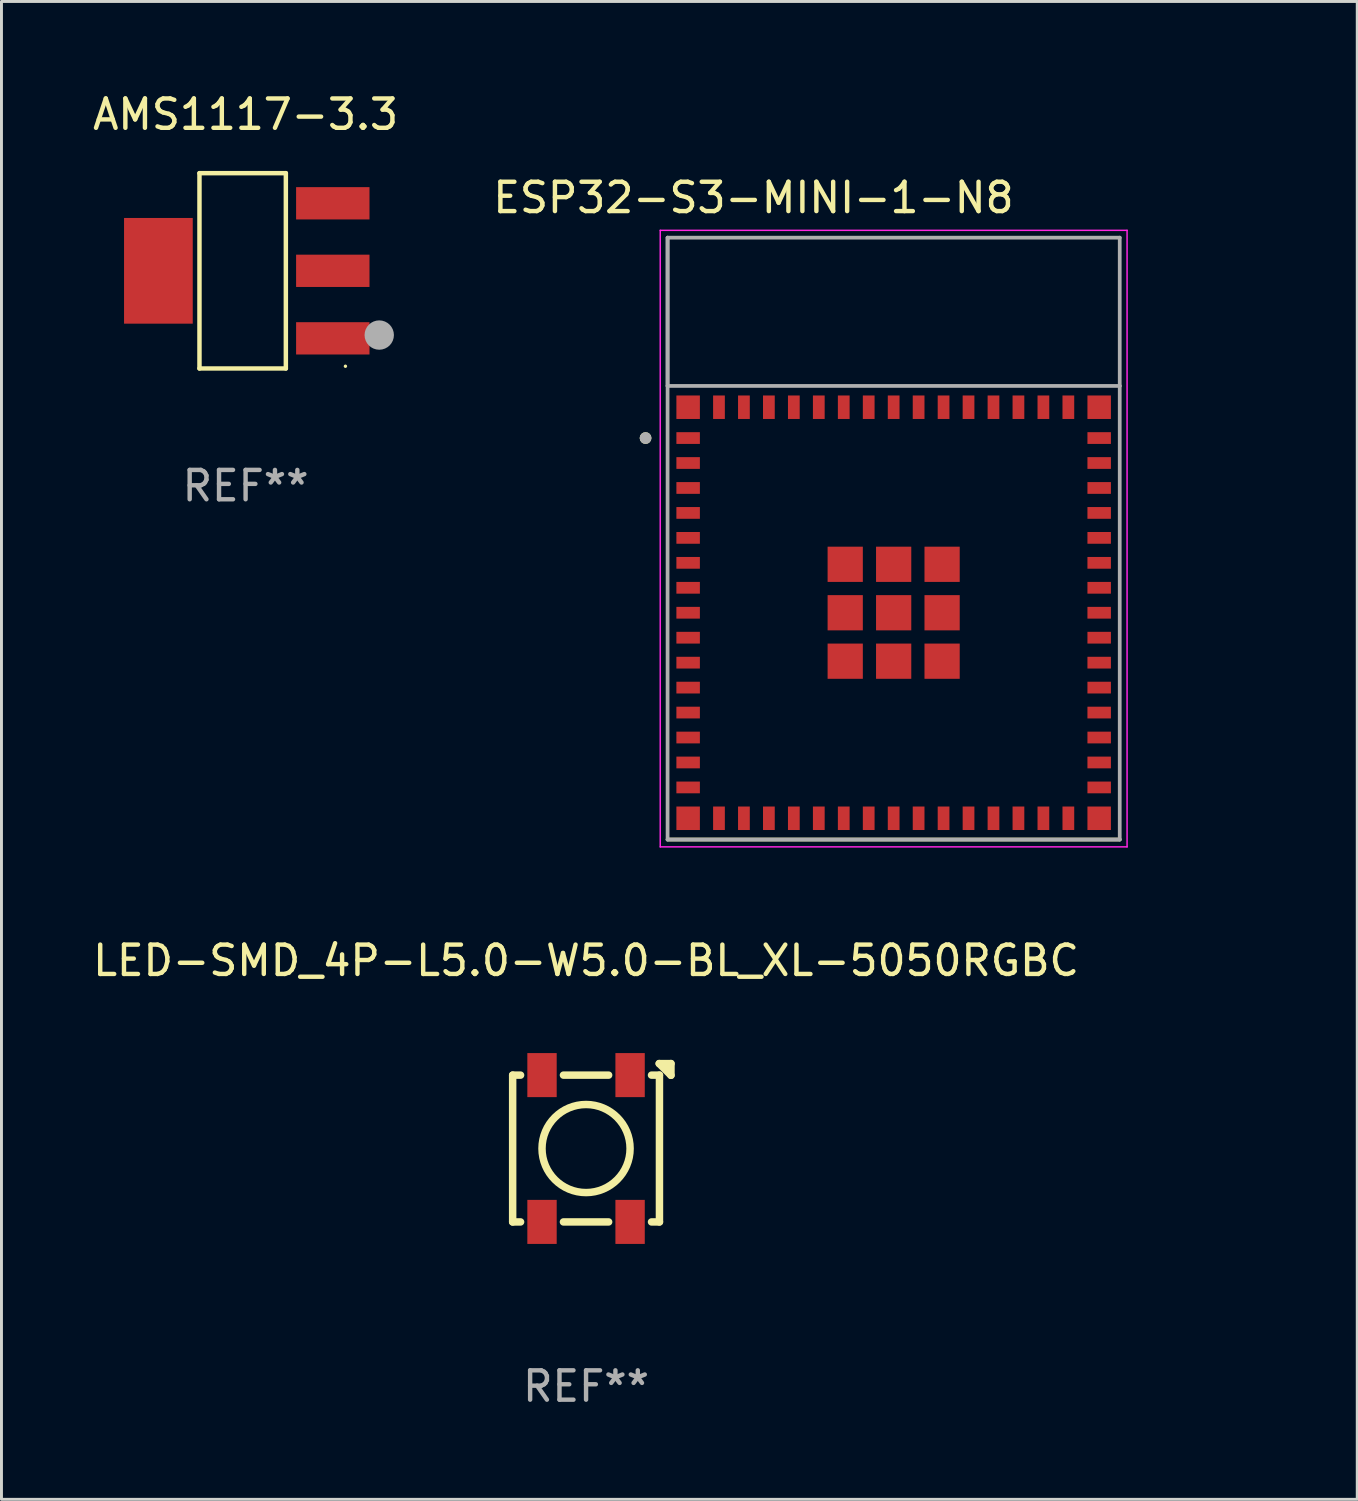
<source format=kicad_pcb>
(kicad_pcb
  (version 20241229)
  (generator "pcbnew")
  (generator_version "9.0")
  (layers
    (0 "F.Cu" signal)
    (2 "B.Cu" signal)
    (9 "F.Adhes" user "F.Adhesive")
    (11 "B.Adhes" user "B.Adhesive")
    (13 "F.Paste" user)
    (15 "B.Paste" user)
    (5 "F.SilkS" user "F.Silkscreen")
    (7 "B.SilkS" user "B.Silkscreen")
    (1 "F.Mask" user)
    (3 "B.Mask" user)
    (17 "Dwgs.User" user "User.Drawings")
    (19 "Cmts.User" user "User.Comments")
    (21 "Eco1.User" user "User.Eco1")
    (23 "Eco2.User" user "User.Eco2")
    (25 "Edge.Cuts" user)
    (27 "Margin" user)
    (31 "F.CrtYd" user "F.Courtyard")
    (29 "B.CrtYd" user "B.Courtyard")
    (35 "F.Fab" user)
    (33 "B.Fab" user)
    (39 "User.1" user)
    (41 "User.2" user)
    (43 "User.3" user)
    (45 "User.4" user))
  (footprint "LED-SMD_4P-L5.0-W5.0-BL_XL-5050RGBC"
    (layer "F.Cu")
    (at 16.911 35.918)
    (property "Reference" "LED-SMD_4P-L5.0-W5.0-BL_XL-5050RGBC" (at 0 -6.25 0) (layer "F.SilkS") (effects (font (size 1 1) (thickness 0.15))))
    (attr through_hole)
    (fp_line (start -2.5 -2.349) (end -2.23 -2.349) (stroke (width 0.254) (type solid)) (layer "F.SilkS"))
    (fp_line (start -2.5 2.651) (end -2.5 -2.349) (stroke (width 0.254) (type solid)) (layer "F.SilkS"))
    (fp_line (start -2.5 2.651) (end -2.23 2.651) (stroke (width 0.254) (type solid)) (layer "F.SilkS"))
    (fp_line (start -0.77 -2.349) (end 0.769 -2.349) (stroke (width 0.254) (type solid)) (layer "F.SilkS"))
    (fp_line (start -0.77 2.651) (end 0.769 2.651) (stroke (width 0.254) (type solid)) (layer "F.SilkS"))
    (fp_line (start 2.23 -2.349) (end 2.5 -2.349) (stroke (width 0.254) (type solid)) (layer "F.SilkS"))
    (fp_line (start 2.23 2.651) (end 2.5 2.651) (stroke (width 0.254) (type solid)) (layer "F.SilkS"))
    (fp_line (start 2.492 -2.743) (end 2.892 -2.743) (stroke (width 0.254) (type solid)) (layer "F.SilkS"))
    (fp_line (start 2.5 2.651) (end 2.5 -2.349) (stroke (width 0.254) (type solid)) (layer "F.SilkS"))
    (fp_line (start 2.892 -2.343) (end 2.492 -2.743) (stroke (width 0.254) (type solid)) (layer "F.SilkS"))
    (fp_line (start 2.892 -2.743) (end 2.892 -2.343) (stroke (width 0.254) (type solid)) (layer "F.SilkS"))
    (fp_circle (center -0.000127 0.151) (end 1.5 0.151) (stroke (width 0.254) (type solid)) (fill no) (layer "F.SilkS"))
    (fp_text user "REF**" (at 0 8.25 0) (layer "F.Fab") (effects (font (size 1 1) (thickness 0.15))))
    (pad "1" smd rect (at -1.5 2.65 90) (size 1.5 1) (layers "F.Cu" "F.Mask" "F.Paste"))
    (pad "2" smd rect (at 1.5 2.65 90) (size 1.5 1) (layers "F.Cu" "F.Mask" "F.Paste"))
    (pad "3" smd rect (at -1.5 -2.35 90) (size 1.5 1) (layers "F.Cu" "F.Mask" "F.Paste"))
    (pad "4" smd rect (at 1.5 -2.35 90) (size 1.5 1) (layers "F.Cu" "F.Mask" "F.Paste")))
  (footprint "ESP32-S3-MINI-1-N8"
    (layer "F.Cu")
    (at 27.388 17.82)
    (property "Reference" "ESP32-S3-MINI-1-N8" (at -4.775 -14.135 0) (layer "F.SilkS") (effects (font (size 1 1) (thickness 0.15))))
    (attr through_hole)
    (fp_line (start 7.7 7.725) (end -7.7 7.725) (stroke (width 0.127) (type solid)) (layer "F.SilkS"))
    (fp_circle (center -8.45 -5.95) (end -8.35 -5.95) (stroke (width 0.2) (type solid)) (fill no) (layer "F.SilkS"))
    (fp_line (start -7.95 -13.025) (end -7.95 7.975) (stroke (width 0.05) (type solid)) (layer "F.CrtYd"))
    (fp_line (start -7.95 7.975) (end 7.95 7.975) (stroke (width 0.05) (type solid)) (layer "F.CrtYd"))
    (fp_line (start 7.95 -13.025) (end -7.95 -13.025) (stroke (width 0.05) (type solid)) (layer "F.CrtYd"))
    (fp_line (start 7.95 7.975) (end 7.95 -13.025) (stroke (width 0.05) (type solid)) (layer "F.CrtYd"))
    (fp_line (start -7.7 -12.775) (end 7.7 -12.775) (stroke (width 0.127) (type solid)) (layer "F.Fab"))
    (fp_line (start -7.7 -7.725) (end -7.7 -12.775) (stroke (width 0.127) (type solid)) (layer "F.Fab"))
    (fp_line (start -7.7 -7.725) (end -7.7 -12.775) (stroke (width 0.127) (type solid)) (layer "F.Fab"))
    (fp_line (start -7.7 -7.725) (end 7.7 -7.725) (stroke (width 0.127) (type solid)) (layer "F.Fab"))
    (fp_line (start -7.7 7.725) (end -7.7 -7.725) (stroke (width 0.127) (type solid)) (layer "F.Fab"))
    (fp_line (start 7.7 -12.775) (end 7.7 -7.725) (stroke (width 0.127) (type solid)) (layer "F.Fab"))
    (fp_line (start 7.7 -7.725) (end 7.7 7.725) (stroke (width 0.127) (type solid)) (layer "F.Fab"))
    (fp_line (start 7.7 7.725) (end -7.7 7.725) (stroke (width 0.127) (type solid)) (layer "F.Fab"))
    (fp_circle (center -8.45 -5.95) (end -8.35 -5.95) (stroke (width 0.2) (type solid)) (fill no) (layer "F.Fab"))
    (fp_line (start -7.7 -12.775) (end 7.7 -12.775) (stroke (width 0.127) (type solid)) (layer "User.1"))
    (fp_line (start 7.7 -12.775) (end 7.7 -7.725) (stroke (width 0.127) (type solid)) (layer "User.1"))
    (pad "1" smd rect (at -7 -5.95) (size 0.8 0.4) (layers "F.Cu" "F.Mask" "F.Paste"))
    (pad "2" smd rect (at -7 -5.1) (size 0.8 0.4) (layers "F.Cu" "F.Mask" "F.Paste"))
    (pad "3" smd rect (at -7 -4.25) (size 0.8 0.4) (layers "F.Cu" "F.Mask" "F.Paste"))
    (pad "4" smd rect (at -7 -3.4) (size 0.8 0.4) (layers "F.Cu" "F.Mask" "F.Paste"))
    (pad "5" smd rect (at -7 -2.55) (size 0.8 0.4) (layers "F.Cu" "F.Mask" "F.Paste"))
    (pad "6" smd rect (at -7 -1.7) (size 0.8 0.4) (layers "F.Cu" "F.Mask" "F.Paste"))
    (pad "7" smd rect (at -7 -0.85) (size 0.8 0.4) (layers "F.Cu" "F.Mask" "F.Paste"))
    (pad "8" smd rect (at -7 0) (size 0.8 0.4) (layers "F.Cu" "F.Mask" "F.Paste"))
    (pad "9" smd rect (at -7 0.85) (size 0.8 0.4) (layers "F.Cu" "F.Mask" "F.Paste"))
    (pad "10" smd rect (at -7 1.7) (size 0.8 0.4) (layers "F.Cu" "F.Mask" "F.Paste"))
    (pad "11" smd rect (at -7 2.55) (size 0.8 0.4) (layers "F.Cu" "F.Mask" "F.Paste"))
    (pad "12" smd rect (at -7 3.4) (size 0.8 0.4) (layers "F.Cu" "F.Mask" "F.Paste"))
    (pad "13" smd rect (at -7 4.25) (size 0.8 0.4) (layers "F.Cu" "F.Mask" "F.Paste"))
    (pad "14" smd rect (at -7 5.1) (size 0.8 0.4) (layers "F.Cu" "F.Mask" "F.Paste"))
    (pad "15" smd rect (at -7 5.95) (size 0.8 0.4) (layers "F.Cu" "F.Mask" "F.Paste"))
    (pad "16" smd rect (at -5.95 7) (size 0.4 0.8) (layers "F.Cu" "F.Mask" "F.Paste"))
    (pad "17" smd rect (at -5.1 7) (size 0.4 0.8) (layers "F.Cu" "F.Mask" "F.Paste"))
    (pad "18" smd rect (at -4.25 7) (size 0.4 0.8) (layers "F.Cu" "F.Mask" "F.Paste"))
    (pad "19" smd rect (at -3.4 7) (size 0.4 0.8) (layers "F.Cu" "F.Mask" "F.Paste"))
    (pad "20" smd rect (at -2.55 7) (size 0.4 0.8) (layers "F.Cu" "F.Mask" "F.Paste"))
    (pad "21" smd rect (at -1.7 7) (size 0.4 0.8) (layers "F.Cu" "F.Mask" "F.Paste"))
    (pad "22" smd rect (at -0.85 7) (size 0.4 0.8) (layers "F.Cu" "F.Mask" "F.Paste"))
    (pad "23" smd rect (at 0 7) (size 0.4 0.8) (layers "F.Cu" "F.Mask" "F.Paste"))
    (pad "24" smd rect (at 0.85 7) (size 0.4 0.8) (layers "F.Cu" "F.Mask" "F.Paste"))
    (pad "25" smd rect (at 1.7 7) (size 0.4 0.8) (layers "F.Cu" "F.Mask" "F.Paste"))
    (pad "26" smd rect (at 2.55 7) (size 0.4 0.8) (layers "F.Cu" "F.Mask" "F.Paste"))
    (pad "27" smd rect (at 3.4 7) (size 0.4 0.8) (layers "F.Cu" "F.Mask" "F.Paste"))
    (pad "28" smd rect (at 4.25 7) (size 0.4 0.8) (layers "F.Cu" "F.Mask" "F.Paste"))
    (pad "29" smd rect (at 5.1 7) (size 0.4 0.8) (layers "F.Cu" "F.Mask" "F.Paste"))
    (pad "30" smd rect (at 5.95 7) (size 0.4 0.8) (layers "F.Cu" "F.Mask" "F.Paste"))
    (pad "31" smd rect (at 7 5.95) (size 0.8 0.4) (layers "F.Cu" "F.Mask" "F.Paste"))
    (pad "32" smd rect (at 7 5.1) (size 0.8 0.4) (layers "F.Cu" "F.Mask" "F.Paste"))
    (pad "33" smd rect (at 7 4.25) (size 0.8 0.4) (layers "F.Cu" "F.Mask" "F.Paste"))
    (pad "34" smd rect (at 7 3.4) (size 0.8 0.4) (layers "F.Cu" "F.Mask" "F.Paste"))
    (pad "35" smd rect (at 7 2.55) (size 0.8 0.4) (layers "F.Cu" "F.Mask" "F.Paste"))
    (pad "36" smd rect (at 7 1.7) (size 0.8 0.4) (layers "F.Cu" "F.Mask" "F.Paste"))
    (pad "37" smd rect (at 7 0.85) (size 0.8 0.4) (layers "F.Cu" "F.Mask" "F.Paste"))
    (pad "38" smd rect (at 7 0) (size 0.8 0.4) (layers "F.Cu" "F.Mask" "F.Paste"))
    (pad "39" smd rect (at 7 -0.85) (size 0.8 0.4) (layers "F.Cu" "F.Mask" "F.Paste"))
    (pad "40" smd rect (at 7 -1.7) (size 0.8 0.4) (layers "F.Cu" "F.Mask" "F.Paste"))
    (pad "41" smd rect (at 7 -2.55) (size 0.8 0.4) (layers "F.Cu" "F.Mask" "F.Paste"))
    (pad "42" smd rect (at 7 -3.4) (size 0.8 0.4) (layers "F.Cu" "F.Mask" "F.Paste"))
    (pad "43" smd rect (at 7 -4.25) (size 0.8 0.4) (layers "F.Cu" "F.Mask" "F.Paste"))
    (pad "44" smd rect (at 7 -5.1) (size 0.8 0.4) (layers "F.Cu" "F.Mask" "F.Paste"))
    (pad "45" smd rect (at 7 -5.95) (size 0.8 0.4) (layers "F.Cu" "F.Mask" "F.Paste"))
    (pad "46" smd rect (at 5.95 -7) (size 0.4 0.8) (layers "F.Cu" "F.Mask" "F.Paste"))
    (pad "47" smd rect (at 5.1 -7) (size 0.4 0.8) (layers "F.Cu" "F.Mask" "F.Paste"))
    (pad "48" smd rect (at 4.25 -7) (size 0.4 0.8) (layers "F.Cu" "F.Mask" "F.Paste"))
    (pad "49" smd rect (at 3.4 -7) (size 0.4 0.8) (layers "F.Cu" "F.Mask" "F.Paste"))
    (pad "50" smd rect (at 2.55 -7) (size 0.4 0.8) (layers "F.Cu" "F.Mask" "F.Paste"))
    (pad "51" smd rect (at 1.7 -7) (size 0.4 0.8) (layers "F.Cu" "F.Mask" "F.Paste"))
    (pad "52" smd rect (at 0.85 -7) (size 0.4 0.8) (layers "F.Cu" "F.Mask" "F.Paste"))
    (pad "53" smd rect (at 0 -7) (size 0.4 0.8) (layers "F.Cu" "F.Mask" "F.Paste"))
    (pad "54" smd rect (at -0.85 -7) (size 0.4 0.8) (layers "F.Cu" "F.Mask" "F.Paste"))
    (pad "55" smd rect (at -1.7 -7) (size 0.4 0.8) (layers "F.Cu" "F.Mask" "F.Paste"))
    (pad "56" smd rect (at -2.55 -7) (size 0.4 0.8) (layers "F.Cu" "F.Mask" "F.Paste"))
    (pad "57" smd rect (at -3.4 -7) (size 0.4 0.8) (layers "F.Cu" "F.Mask" "F.Paste"))
    (pad "58" smd rect (at -4.25 -7) (size 0.4 0.8) (layers "F.Cu" "F.Mask" "F.Paste"))
    (pad "59" smd rect (at -5.1 -7) (size 0.4 0.8) (layers "F.Cu" "F.Mask" "F.Paste"))
    (pad "60" smd rect (at -5.95 -7) (size 0.4 0.8) (layers "F.Cu" "F.Mask" "F.Paste"))
    (pad "61" smd rect (at 0 0) (size 1.2 1.2) (layers "F.Cu" "F.Mask" "F.Paste"))
    (pad "61_1" smd rect (at -1.65 -1.65) (size 1.2 1.2) (layers "F.Cu" "F.Mask" "F.Paste"))
    (pad "61_2" smd rect (at 0 -1.65) (size 1.2 1.2) (layers "F.Cu" "F.Mask" "F.Paste"))
    (pad "61_3" smd rect (at 1.65 -1.65) (size 1.2 1.2) (layers "F.Cu" "F.Mask" "F.Paste"))
    (pad "61_4" smd rect (at 1.65 0) (size 1.2 1.2) (layers "F.Cu" "F.Mask" "F.Paste"))
    (pad "61_5" smd rect (at 1.65 1.65) (size 1.2 1.2) (layers "F.Cu" "F.Mask" "F.Paste"))
    (pad "61_6" smd rect (at 0 1.65) (size 1.2 1.2) (layers "F.Cu" "F.Mask" "F.Paste"))
    (pad "61_7" smd rect (at -1.65 1.65) (size 1.2 1.2) (layers "F.Cu" "F.Mask" "F.Paste"))
    (pad "61_8" smd rect (at -1.65 0) (size 1.2 1.2) (layers "F.Cu" "F.Mask" "F.Paste"))
    (pad "62" smd rect (at -7 -7) (size 0.8 0.8) (layers "F.Cu" "F.Mask" "F.Paste"))
    (pad "63" smd rect (at -7 7) (size 0.8 0.8) (layers "F.Cu" "F.Mask" "F.Paste"))
    (pad "64" smd rect (at 7 7) (size 0.8 0.8) (layers "F.Cu" "F.Mask" "F.Paste"))
    (pad "65" smd rect (at 7 -7) (size 0.8 0.8) (layers "F.Cu" "F.Mask" "F.Paste"))
    (zone (net_name "") (layer "F.Cu") (hatch full 0.508) (connect_pads) (min_thickness 0.01) (filled_areas_thickness no) (keepout (tracks not_allowed) (vias not_allowed) (pads not_allowed) (copperpour not_allowed) (footprints allowed)) (placement (enabled no)) (fill) (polygon (pts (xy 19.688 5.045) (xy 35.088 5.045) (xy 35.088 10.095) (xy 19.688 10.095))))
    (zone (net_name "") (layers "F.Cu" "B.Cu") (hatch full 0.508) (connect_pads) (min_thickness 0.01) (filled_areas_thickness no) (keepout (tracks allowed) (vias not_allowed) (pads allowed) (copperpour allowed) (footprints allowed)) (placement (enabled no)) (fill) (polygon (pts (xy 19.688 5.045) (xy 35.088 5.045) (xy 35.088 10.095) (xy 19.688 10.095))))
    (zone (net_name "") (layers "F.Cu" "B.Cu") (hatch edge 0.508) (connect_pads) (min_thickness 0.254) (filled_areas_thickness no) (keepout (tracks not_allowed) (vias not_allowed) (pads not_allowed) (copperpour not_allowed) (footprints allowed)) (placement (enabled no)) (fill) (polygon (pts (xy 40.178 10.13) (xy 14.538 10.13) (xy 14.538 0) (xy 40.178 0))))
    (zone (net_name "") (layer "B.Cu") (hatch full 0.508) (connect_pads) (min_thickness 0.01) (filled_areas_thickness no) (keepout (tracks not_allowed) (vias not_allowed) (pads not_allowed) (copperpour not_allowed) (footprints allowed)) (placement (enabled no)) (fill) (polygon (pts (xy 19.688 5.045) (xy 35.088 5.045) (xy 35.088 10.095) (xy 19.688 10.095)))))
  (footprint "AMS1117-3.3"
    (layer "F.Cu")
    (at 5.315 6.174)
    (property "Reference" "AMS1117-3.3" (at 0 -5.326 0) (layer "F.SilkS") (effects (font (size 1 1) (thickness 0.15))))
    (attr through_hole)
    (fp_line (start -1.571 -3.326) (end 1.371 -3.326) (stroke (width 0.152) (type solid)) (layer "F.SilkS"))
    (fp_line (start -1.571 3.326) (end -1.571 -3.326) (stroke (width 0.152) (type solid)) (layer "F.SilkS"))
    (fp_line (start 1.371 -3.326) (end 1.371 3.326) (stroke (width 0.152) (type solid)) (layer "F.SilkS"))
    (fp_line (start 1.371 3.326) (end -1.571 3.326) (stroke (width 0.152) (type solid)) (layer "F.SilkS"))
    (fp_circle (center 3.4 3.25) (end 3.43 3.25) (stroke (width 0.06) (type solid)) (fill no) (layer "F.SilkS"))
    (fp_circle (center 4.552 2.188) (end 4.802 2.188) (stroke (width 0.5) (type solid)) (fill no) (layer "F.Fab"))
    (fp_text user "REF**" (at 0 7.326 0) (layer "F.Fab") (effects (font (size 1 1) (thickness 0.15))))
    (pad "1" smd rect (at 2.97 2.3) (size 2.5 1.1) (layers "F.Cu" "F.Mask" "F.Paste"))
    (pad "2" smd rect (at 2.97 0) (size 2.5 1.1) (layers "F.Cu" "F.Mask" "F.Paste"))
    (pad "3" smd rect (at 2.97 -2.3) (size 2.5 1.1) (layers "F.Cu" "F.Mask" "F.Paste"))
    (pad "4" smd rect (at -2.97 0) (size 2.34 3.6) (layers "F.Cu" "F.Mask" "F.Paste")))
  (gr_rect
    (start -3 -3)
    (end 43.178 48.017)
    (stroke (width 0.1) (type default))
    (fill no)
    (layer "Edge.Cuts")))
</source>
